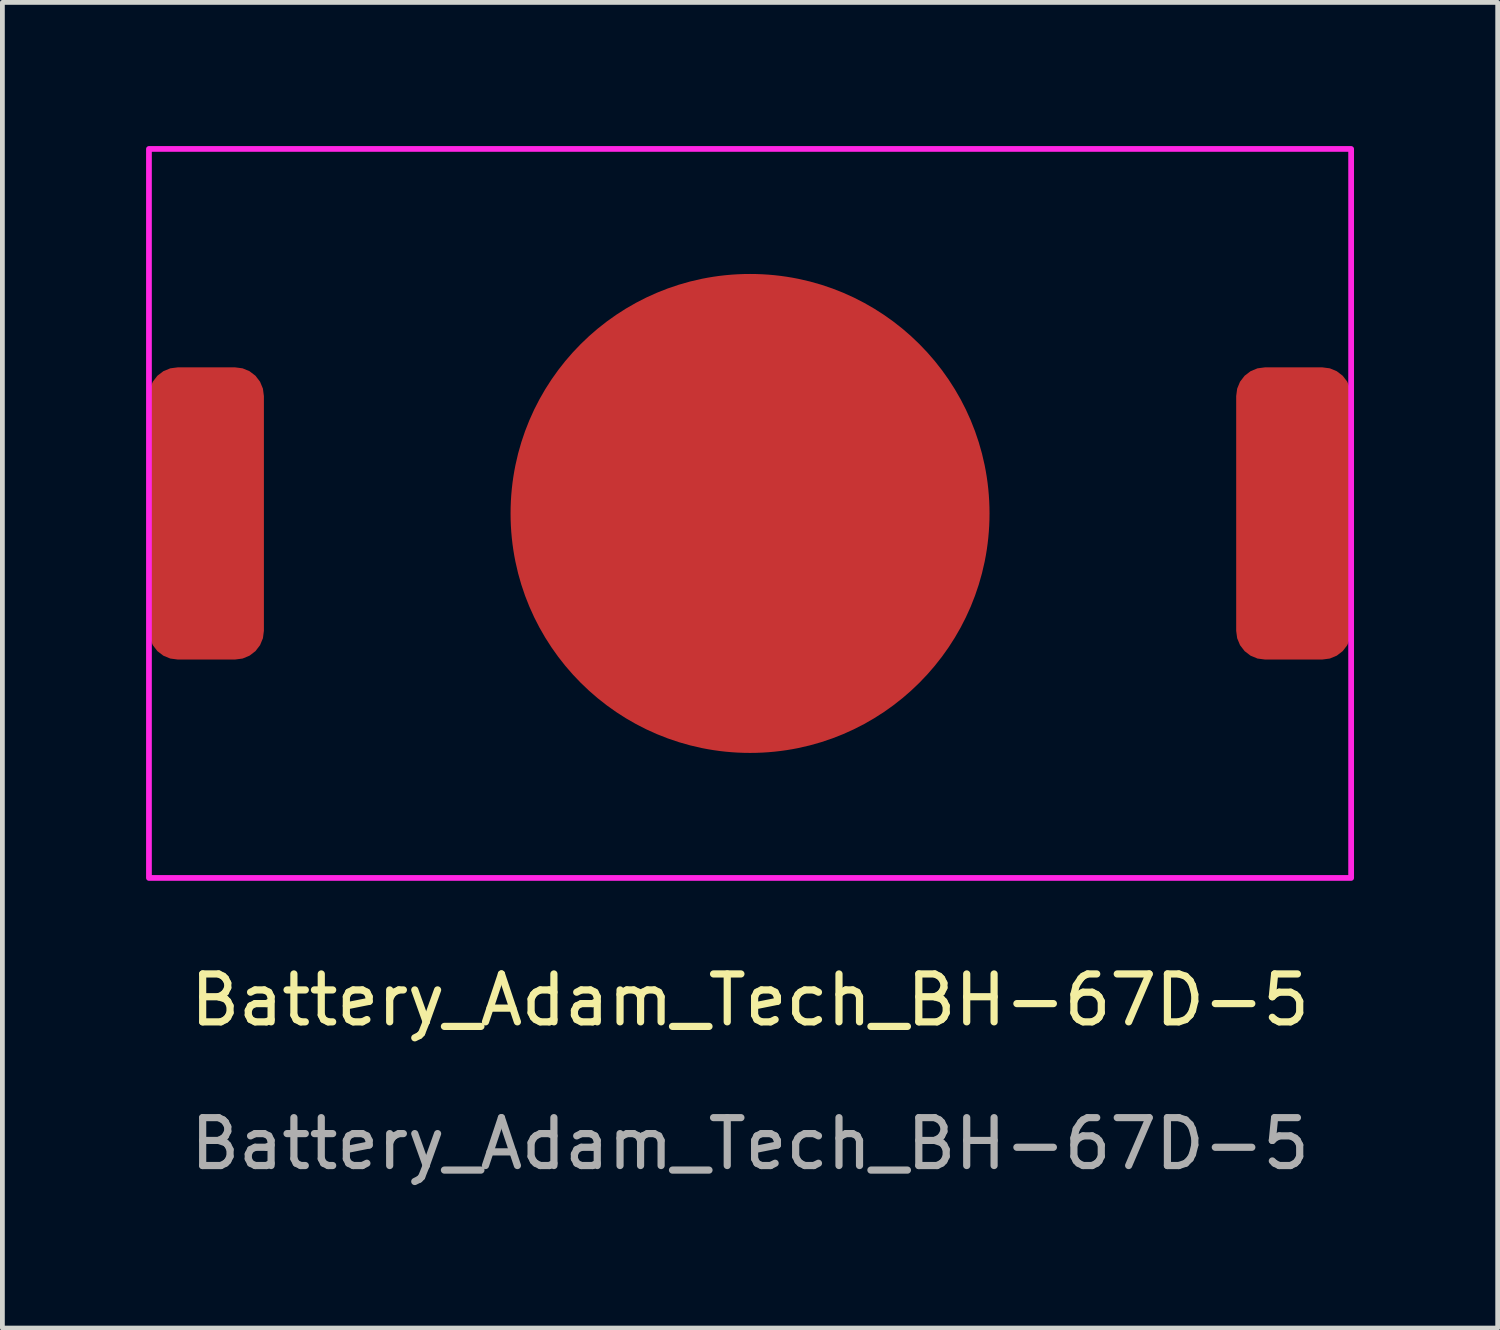
<source format=kicad_pcb>
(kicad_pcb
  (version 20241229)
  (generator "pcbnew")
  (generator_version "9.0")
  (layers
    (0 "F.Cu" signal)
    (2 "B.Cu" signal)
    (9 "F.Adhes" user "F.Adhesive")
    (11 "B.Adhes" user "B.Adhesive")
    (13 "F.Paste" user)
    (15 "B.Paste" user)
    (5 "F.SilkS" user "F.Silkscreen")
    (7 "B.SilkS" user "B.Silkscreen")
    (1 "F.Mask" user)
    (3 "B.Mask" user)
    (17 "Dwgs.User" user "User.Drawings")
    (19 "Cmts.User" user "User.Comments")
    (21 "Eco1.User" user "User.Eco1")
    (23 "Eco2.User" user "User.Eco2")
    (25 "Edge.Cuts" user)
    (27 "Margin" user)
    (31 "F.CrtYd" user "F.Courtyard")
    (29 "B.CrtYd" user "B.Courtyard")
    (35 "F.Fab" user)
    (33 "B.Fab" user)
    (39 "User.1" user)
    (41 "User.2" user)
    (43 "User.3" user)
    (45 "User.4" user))
  (footprint "Battery_Adam_Tech_BH-67D-5"
    (layer "F.Cu")
    (at 12.61 7.67)
    (property "Reference" "Battery_Adam_Tech_BH-67D-5" (at 0 10.16 0) (unlocked yes) (layer "F.SilkS") (effects (font (size 1 1) (thickness 0.15))))
    (attr smd)
    (fp_rect (start 12.55 7.61) (end -12.55 -7.61) (stroke (width 0.12) (type solid)) (fill no) (layer "F.CrtYd"))
    (fp_text user "${REFERENCE}" (at 0 13.16 0) (unlocked yes) (layer "F.Fab") (effects (font (size 1 1) (thickness 0.15))))
    (pad "1" smd roundrect (at -11.35 0) (size 2.4 6.1) (layers "F.Cu" "F.Mask" "F.Paste") (roundrect_rratio 0.25))
    (pad "1" smd roundrect (at 11.35 0) (size 2.4 6.1) (layers "F.Cu" "F.Mask" "F.Paste") (roundrect_rratio 0.25))
    (pad "2" smd circle (at 0 0) (size 10 10) (layers "F.Cu" "F.Mask" "F.Paste")))
  (gr_rect
    (start -3 -3)
    (end 28.22 24.678)
    (stroke (width 0.1) (type default))
    (fill no)
    (layer "Edge.Cuts")))
</source>
